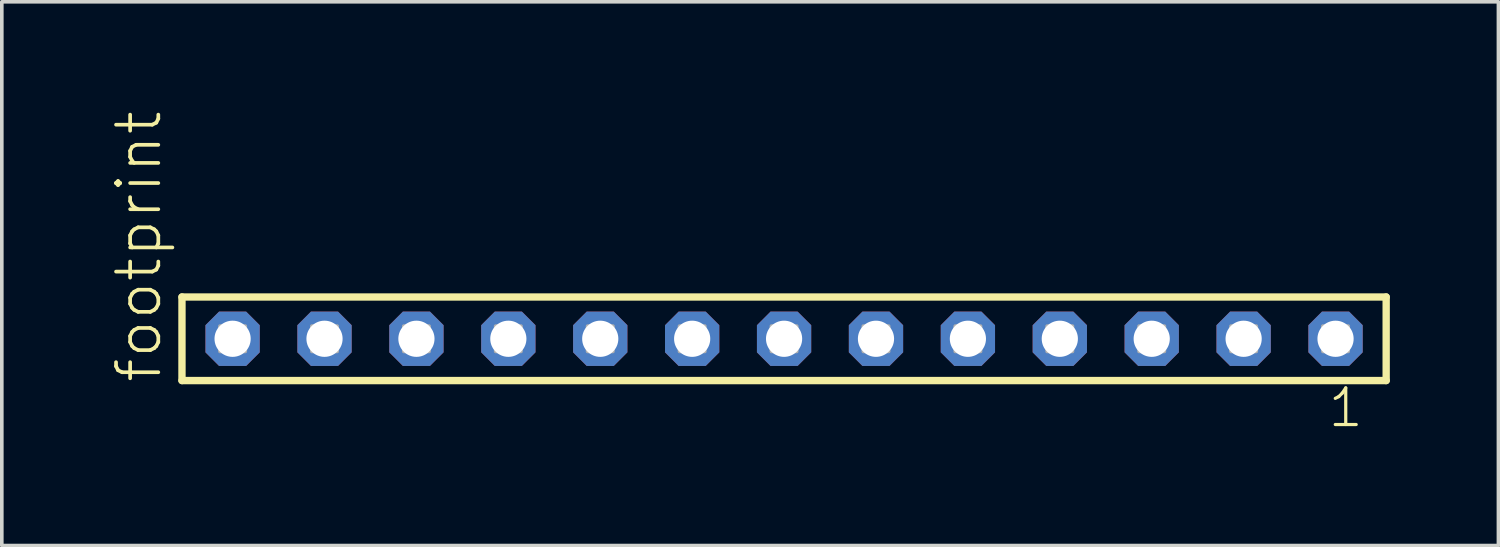
<source format=kicad_pcb>
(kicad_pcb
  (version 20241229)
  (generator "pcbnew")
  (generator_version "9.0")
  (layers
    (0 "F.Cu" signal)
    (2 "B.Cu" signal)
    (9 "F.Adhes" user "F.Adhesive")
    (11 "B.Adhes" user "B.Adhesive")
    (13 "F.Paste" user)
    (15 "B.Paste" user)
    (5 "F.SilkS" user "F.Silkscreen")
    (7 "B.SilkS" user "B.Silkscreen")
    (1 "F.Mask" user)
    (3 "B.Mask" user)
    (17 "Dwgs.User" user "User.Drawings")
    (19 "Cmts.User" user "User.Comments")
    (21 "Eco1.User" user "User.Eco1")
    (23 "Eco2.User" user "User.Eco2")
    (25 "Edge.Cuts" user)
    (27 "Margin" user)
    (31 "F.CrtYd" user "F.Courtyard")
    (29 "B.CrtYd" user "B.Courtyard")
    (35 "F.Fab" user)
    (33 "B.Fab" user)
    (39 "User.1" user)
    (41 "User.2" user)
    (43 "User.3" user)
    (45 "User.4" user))
  (footprint "footprint"
    (layer "F.Cu")
    (at 18.618 6.312)
    (property "Reference" "footprint" (at -17.145 1.27 90) (layer "F.SilkS") (effects (font (size 1.168 1.168) (thickness 0.102)) (justify left bottom)))
    (fp_line (start -16.639 -1.155) (end 16.639 -1.155) (stroke (width 0.203) (type solid)) (layer "F.SilkS"))
    (fp_line (start -16.639 1.155) (end -16.639 -1.155) (stroke (width 0.203) (type solid)) (layer "F.SilkS"))
    (fp_line (start 16.639 -1.155) (end 16.639 1.155) (stroke (width 0.203) (type solid)) (layer "F.SilkS"))
    (fp_line (start 16.639 1.155) (end -16.639 1.155) (stroke (width 0.203) (type solid)) (layer "F.SilkS"))
    (fp_poly (pts (xy -15.59 0.35) (xy -14.89 0.35) (xy -14.89 -0.35) (xy -15.59 -0.35)) (stroke (width 0.1) (type solid)) (fill no) (layer "F.Fab"))
    (fp_poly (pts (xy -13.05 0.35) (xy -12.35 0.35) (xy -12.35 -0.35) (xy -13.05 -0.35)) (stroke (width 0.1) (type solid)) (fill no) (layer "F.Fab"))
    (fp_poly (pts (xy -10.51 0.35) (xy -9.81 0.35) (xy -9.81 -0.35) (xy -10.51 -0.35)) (stroke (width 0.1) (type solid)) (fill no) (layer "F.Fab"))
    (fp_poly (pts (xy -7.97 0.35) (xy -7.27 0.35) (xy -7.27 -0.35) (xy -7.97 -0.35)) (stroke (width 0.1) (type solid)) (fill no) (layer "F.Fab"))
    (fp_poly (pts (xy -5.43 0.35) (xy -4.73 0.35) (xy -4.73 -0.35) (xy -5.43 -0.35)) (stroke (width 0.1) (type solid)) (fill no) (layer "F.Fab"))
    (fp_poly (pts (xy -2.89 0.35) (xy -2.19 0.35) (xy -2.19 -0.35) (xy -2.89 -0.35)) (stroke (width 0.1) (type solid)) (fill no) (layer "F.Fab"))
    (fp_poly (pts (xy -0.35 0.35) (xy 0.35 0.35) (xy 0.35 -0.35) (xy -0.35 -0.35)) (stroke (width 0.1) (type solid)) (fill no) (layer "F.Fab"))
    (fp_poly (pts (xy 2.19 0.35) (xy 2.89 0.35) (xy 2.89 -0.35) (xy 2.19 -0.35)) (stroke (width 0.1) (type solid)) (fill no) (layer "F.Fab"))
    (fp_poly (pts (xy 4.73 0.35) (xy 5.43 0.35) (xy 5.43 -0.35) (xy 4.73 -0.35)) (stroke (width 0.1) (type solid)) (fill no) (layer "F.Fab"))
    (fp_poly (pts (xy 7.27 0.35) (xy 7.97 0.35) (xy 7.97 -0.35) (xy 7.27 -0.35)) (stroke (width 0.1) (type solid)) (fill no) (layer "F.Fab"))
    (fp_poly (pts (xy 9.81 0.35) (xy 10.51 0.35) (xy 10.51 -0.35) (xy 9.81 -0.35)) (stroke (width 0.1) (type solid)) (fill no) (layer "F.Fab"))
    (fp_poly (pts (xy 12.35 0.35) (xy 13.05 0.35) (xy 13.05 -0.35) (xy 12.35 -0.35)) (stroke (width 0.1) (type solid)) (fill no) (layer "F.Fab"))
    (fp_poly (pts (xy 14.89 0.35) (xy 15.59 0.35) (xy 15.59 -0.35) (xy 14.89 -0.35)) (stroke (width 0.1) (type solid)) (fill no) (layer "F.Fab"))
    (fp_text user "1" (at 14.982 2.498 0) (layer "F.SilkS") (effects (font (size 1.012 1.012) (thickness 0.088)) (justify left bottom)))
    (pad "1" thru_hole roundrect (at 15.24 0 180) (size 1.5 1.5) (drill 1) (layers "*.Cu" "*.Mask") (roundrect_rratio 0.25) (chamfer_ratio 0.25) (chamfer top_left top_right bottom_left bottom_right))
    (pad "2" thru_hole roundrect (at 12.7 0 180) (size 1.5 1.5) (drill 1) (layers "*.Cu" "*.Mask") (roundrect_rratio 0.25) (chamfer_ratio 0.25) (chamfer top_left top_right bottom_left bottom_right))
    (pad "3" thru_hole roundrect (at 10.16 0 180) (size 1.5 1.5) (drill 1) (layers "*.Cu" "*.Mask") (roundrect_rratio 0.25) (chamfer_ratio 0.25) (chamfer top_left top_right bottom_left bottom_right))
    (pad "4" thru_hole roundrect (at 7.62 0 180) (size 1.5 1.5) (drill 1) (layers "*.Cu" "*.Mask") (roundrect_rratio 0.25) (chamfer_ratio 0.25) (chamfer top_left top_right bottom_left bottom_right))
    (pad "5" thru_hole roundrect (at 5.08 0 180) (size 1.5 1.5) (drill 1) (layers "*.Cu" "*.Mask") (roundrect_rratio 0.25) (chamfer_ratio 0.25) (chamfer top_left top_right bottom_left bottom_right))
    (pad "6" thru_hole roundrect (at 2.54 0 180) (size 1.5 1.5) (drill 1) (layers "*.Cu" "*.Mask") (roundrect_rratio 0.25) (chamfer_ratio 0.25) (chamfer top_left top_right bottom_left bottom_right))
    (pad "7" thru_hole roundrect (at 0 0 180) (size 1.5 1.5) (drill 1) (layers "*.Cu" "*.Mask") (roundrect_rratio 0.25) (chamfer_ratio 0.25) (chamfer top_left top_right bottom_left bottom_right))
    (pad "8" thru_hole roundrect (at -2.54 0 180) (size 1.5 1.5) (drill 1) (layers "*.Cu" "*.Mask") (roundrect_rratio 0.25) (chamfer_ratio 0.25) (chamfer top_left top_right bottom_left bottom_right))
    (pad "9" thru_hole roundrect (at -5.08 0 180) (size 1.5 1.5) (drill 1) (layers "*.Cu" "*.Mask") (roundrect_rratio 0.25) (chamfer_ratio 0.25) (chamfer top_left top_right bottom_left bottom_right))
    (pad "10" thru_hole roundrect (at -7.62 0 180) (size 1.5 1.5) (drill 1) (layers "*.Cu" "*.Mask") (roundrect_rratio 0.25) (chamfer_ratio 0.25) (chamfer top_left top_right bottom_left bottom_right))
    (pad "11" thru_hole roundrect (at -10.16 0 180) (size 1.5 1.5) (drill 1) (layers "*.Cu" "*.Mask") (roundrect_rratio 0.25) (chamfer_ratio 0.25) (chamfer top_left top_right bottom_left bottom_right))
    (pad "12" thru_hole roundrect (at -12.7 0 180) (size 1.5 1.5) (drill 1) (layers "*.Cu" "*.Mask") (roundrect_rratio 0.25) (chamfer_ratio 0.25) (chamfer top_left top_right bottom_left bottom_right))
    (pad "13" thru_hole roundrect (at -15.24 0 180) (size 1.5 1.5) (drill 1) (layers "*.Cu" "*.Mask") (roundrect_rratio 0.25) (chamfer_ratio 0.25) (chamfer top_left top_right bottom_left bottom_right)))
  (gr_rect
    (start -3 -3)
    (end 38.359 12.027)
    (stroke (width 0.1) (type default))
    (fill no)
    (layer "Edge.Cuts")))
</source>
